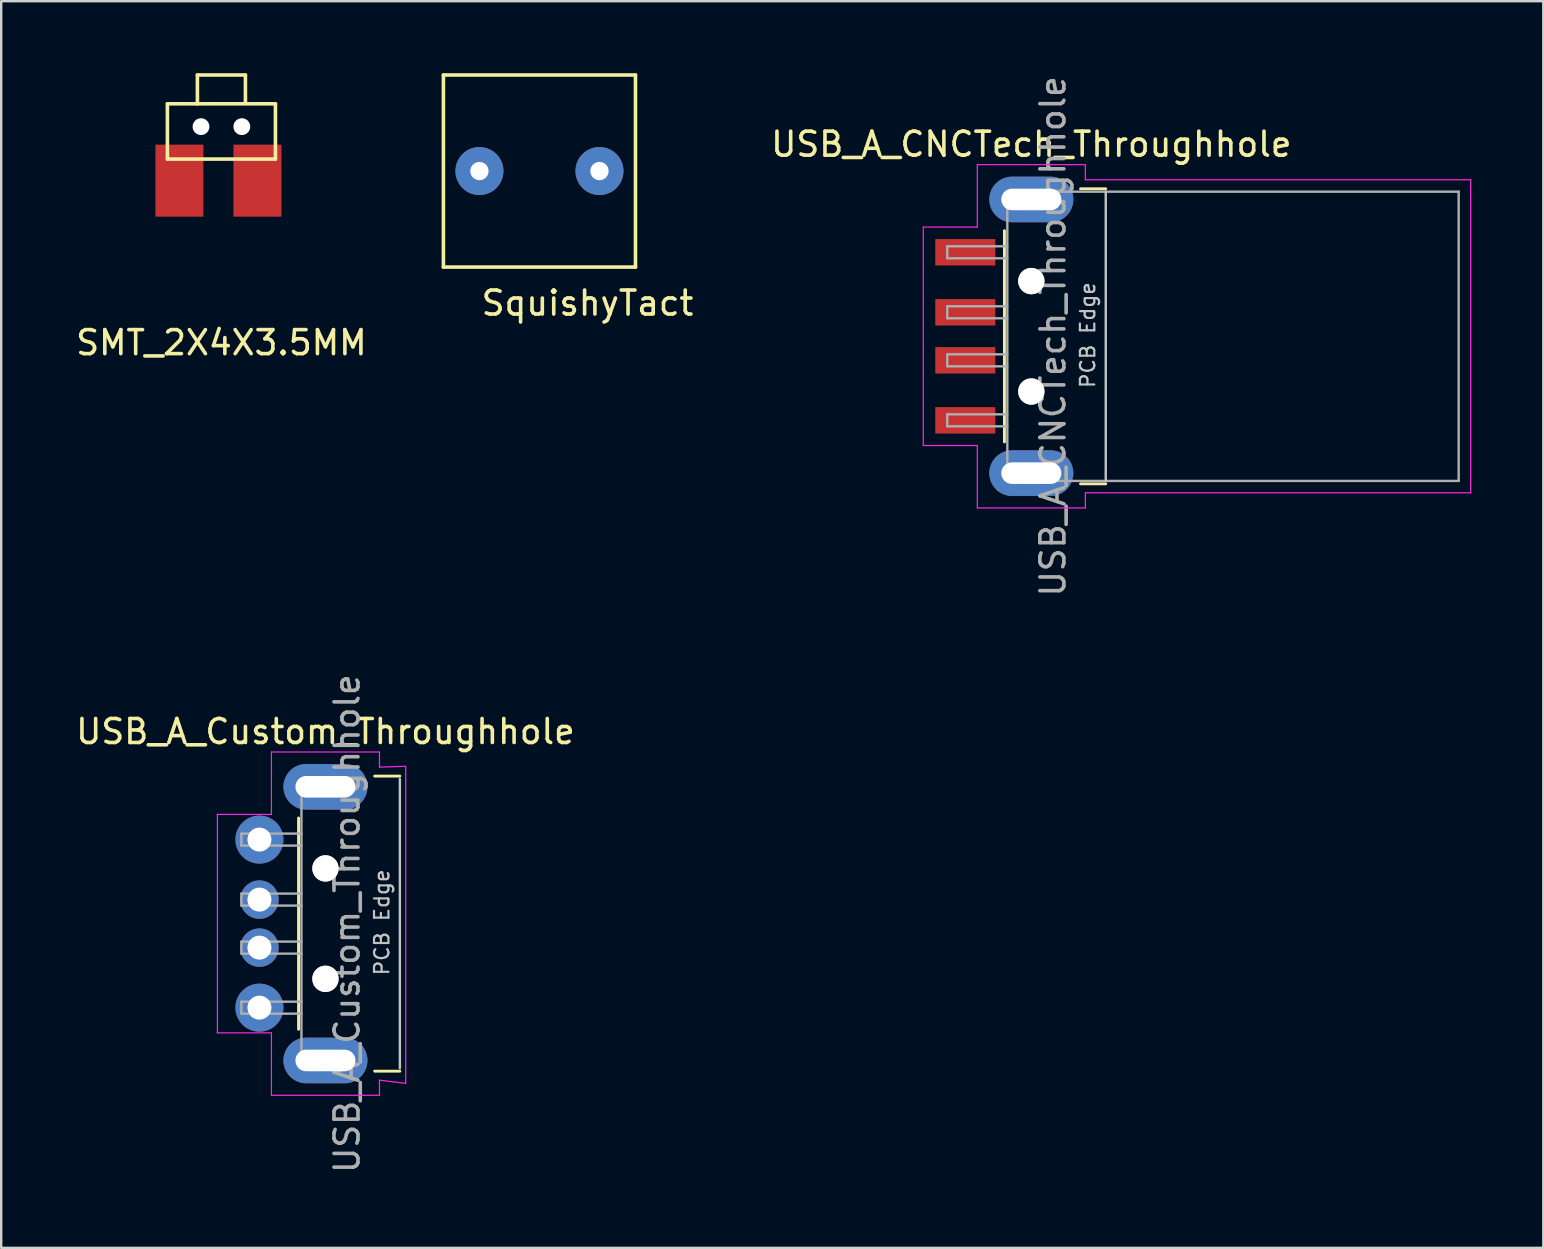
<source format=kicad_pcb>
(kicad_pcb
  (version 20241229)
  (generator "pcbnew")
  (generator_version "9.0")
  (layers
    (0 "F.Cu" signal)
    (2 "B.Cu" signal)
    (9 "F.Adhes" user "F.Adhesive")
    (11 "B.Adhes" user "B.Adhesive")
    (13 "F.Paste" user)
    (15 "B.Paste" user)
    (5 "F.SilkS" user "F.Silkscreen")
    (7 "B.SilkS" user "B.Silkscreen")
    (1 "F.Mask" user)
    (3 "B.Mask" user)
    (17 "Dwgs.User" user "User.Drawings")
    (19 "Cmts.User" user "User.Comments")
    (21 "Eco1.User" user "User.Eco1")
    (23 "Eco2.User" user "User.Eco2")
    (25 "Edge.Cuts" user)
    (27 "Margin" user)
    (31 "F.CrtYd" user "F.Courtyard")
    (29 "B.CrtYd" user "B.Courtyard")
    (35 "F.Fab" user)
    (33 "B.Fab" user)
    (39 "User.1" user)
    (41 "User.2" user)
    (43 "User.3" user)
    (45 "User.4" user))
  (footprint "USB_A_Custom_Throughhole"
    (layer "F.Cu")
    (at 7.754 31.917)
    (property "Reference" "USB_A_Custom_Throughhole" (at 2.752 -4.495 0) (layer "F.SilkS") (effects (font (size 1 1) (thickness 0.15))))
    (attr smd)
    (fp_line (start 1.632 -0.895) (end 1.632 7.905) (stroke (width 0.12) (type solid)) (layer "F.SilkS"))
    (fp_line (start 4.802 -2.64) (end 5.852 -2.64) (stroke (width 0.12) (type solid)) (layer "F.SilkS"))
    (fp_line (start 4.802 9.65) (end 5.852 9.65) (stroke (width 0.12) (type solid)) (layer "F.SilkS"))
    (fp_line (start 5.852 9.53) (end 5.852 -2.52) (stroke (width 0.1) (type solid)) (layer "Dwgs.User"))
    (fp_line (start -1.748 -1.045) (end 0.502 -1.045) (stroke (width 0.05) (type solid)) (layer "F.CrtYd"))
    (fp_line (start -1.748 8.055) (end -1.748 -1.045) (stroke (width 0.05) (type solid)) (layer "F.CrtYd"))
    (fp_line (start -1.748 8.055) (end 0.502 8.055) (stroke (width 0.05) (type solid)) (layer "F.CrtYd"))
    (fp_line (start 0.502 -3.645) (end 0.502 -1.045) (stroke (width 0.05) (type solid)) (layer "F.CrtYd"))
    (fp_line (start 0.502 -3.645) (end 5.002 -3.645) (stroke (width 0.05) (type solid)) (layer "F.CrtYd"))
    (fp_line (start 0.502 8.055) (end 0.502 10.655) (stroke (width 0.05) (type solid)) (layer "F.CrtYd"))
    (fp_line (start 0.502 10.655) (end 5.002 10.655) (stroke (width 0.05) (type solid)) (layer "F.CrtYd"))
    (fp_line (start 5.002 -3.015) (end 5.002 -3.645) (stroke (width 0.05) (type solid)) (layer "F.CrtYd"))
    (fp_line (start 5.002 -3.015) (end 6.096 -3.048) (stroke (width 0.05) (type solid)) (layer "F.CrtYd"))
    (fp_line (start 5.002 10.025) (end 6.096 10.16) (stroke (width 0.05) (type solid)) (layer "F.CrtYd"))
    (fp_line (start 5.002 10.655) (end 5.002 10.025) (stroke (width 0.05) (type solid)) (layer "F.CrtYd"))
    (fp_line (start 6.096 10.16) (end 6.096 -3.015) (stroke (width 0.05) (type solid)) (layer "F.CrtYd"))
    (fp_line (start -0.748 -0.245) (end 1.752 -0.245) (stroke (width 0.1) (type solid)) (layer "F.Fab"))
    (fp_line (start -0.748 0.255) (end -0.748 -0.245) (stroke (width 0.1) (type solid)) (layer "F.Fab"))
    (fp_line (start -0.748 0.255) (end 1.752 0.255) (stroke (width 0.1) (type solid)) (layer "F.Fab"))
    (fp_line (start -0.748 2.255) (end 1.752 2.255) (stroke (width 0.1) (type solid)) (layer "F.Fab"))
    (fp_line (start -0.748 2.755) (end -0.748 2.255) (stroke (width 0.1) (type solid)) (layer "F.Fab"))
    (fp_line (start -0.748 2.755) (end 1.752 2.755) (stroke (width 0.1) (type solid)) (layer "F.Fab"))
    (fp_line (start -0.748 4.255) (end 1.752 4.255) (stroke (width 0.1) (type solid)) (layer "F.Fab"))
    (fp_line (start -0.748 4.755) (end -0.748 4.255) (stroke (width 0.1) (type solid)) (layer "F.Fab"))
    (fp_line (start -0.748 4.755) (end 1.752 4.755) (stroke (width 0.1) (type solid)) (layer "F.Fab"))
    (fp_line (start -0.748 6.755) (end 1.752 6.755) (stroke (width 0.1) (type solid)) (layer "F.Fab"))
    (fp_line (start -0.748 7.255) (end -0.748 6.755) (stroke (width 0.1) (type solid)) (layer "F.Fab"))
    (fp_line (start -0.748 7.255) (end 1.752 7.255) (stroke (width 0.1) (type solid)) (layer "F.Fab"))
    (fp_line (start 1.752 9.53) (end 1.752 -2.52) (stroke (width 0.1) (type solid)) (layer "F.Fab"))
    (fp_circle (center 2.752 1.205) (end 2.752 0.705) (stroke (width 0.1) (type solid)) (fill no) (layer "F.Fab"))
    (fp_circle (center 2.752 5.805) (end 2.752 6.305) (stroke (width 0.1) (type solid)) (fill no) (layer "F.Fab"))
    (fp_text user "PCB Edge" (at 5.102 3.455 90) (layer "Dwgs.User") (effects (font (size 0.6 0.6) (thickness 0.09))))
    (fp_text user "${REFERENCE}" (at 3.652 3.505 90) (layer "F.Fab") (effects (font (size 1 1) (thickness 0.15))))
    (pad "" np_thru_hole circle (at 2.752 1.205) (size 1.1 1.1) (drill 1.1) (layers "*.Cu" "*.Mask"))
    (pad "" np_thru_hole circle (at 2.752 5.805) (size 1.1 1.1) (drill 1.1) (layers "*.Cu" "*.Mask"))
    (pad "1" thru_hole circle (at 0.002 0.005) (size 2 2) (drill 1) (layers "*.Cu" "*.Mask"))
    (pad "2" thru_hole circle (at 0.002 2.505) (size 1.6 1.6) (drill 1) (layers "*.Cu" "*.Mask"))
    (pad "3" thru_hole circle (at 0.002 4.505) (size 1.6 1.6) (drill 1) (layers "*.Cu" "*.Mask"))
    (pad "4" thru_hole circle (at 0.002 7.005) (size 2 2) (drill 1) (layers "*.Cu" "*.Mask"))
    (pad "5" thru_hole oval (at 2.752 -2.195) (size 3.5 1.9) (drill oval 2.5 0.9) (layers "*.Cu" "*.Mask"))
    (pad "5" thru_hole oval (at 2.752 9.205) (size 3.5 1.9) (drill oval 2.5 0.9) (layers "*.Cu" "*.Mask")))
  (footprint "SquishyTact"
    (layer "F.Cu")
    (at 19.42 4.075)
    (property "Reference" "SquishyTact" (at 2 5.5 0) (layer "F.SilkS") (effects (font (size 1 1) (thickness 0.15))))
    (attr through_hole)
    (fp_line (start -4 -4) (end 4 -4) (stroke (width 0.15) (type solid)) (layer "F.SilkS"))
    (fp_line (start -4 4) (end -4 -4) (stroke (width 0.15) (type solid)) (layer "F.SilkS"))
    (fp_line (start 4 -4) (end 4 4) (stroke (width 0.15) (type solid)) (layer "F.SilkS"))
    (fp_line (start 4 4) (end -4 4) (stroke (width 0.15) (type solid)) (layer "F.SilkS"))
    (pad "1" thru_hole circle (at -2.5 0) (size 2 2) (drill 0.762) (layers "*.Cu" "*.Mask"))
    (pad "2" thru_hole circle (at 2.5 0) (size 2 2) (drill 0.762) (layers "*.Cu" "*.Mask")))
  (footprint "SMT_2X4X3.5MM"
    (layer "F.Cu")
    (at 6.173 2.225)
    (property "Reference" "SMT_2X4X3.5MM" (at 0 9 0) (layer "F.SilkS") (effects (font (size 1 1) (thickness 0.15))))
    (attr through_hole)
    (fp_line (start -2.25 -0.95) (end -2.25 1.35) (stroke (width 0.15) (type solid)) (layer "F.SilkS"))
    (fp_line (start -2.25 -0.95) (end 2.25 -0.95) (stroke (width 0.15) (type solid)) (layer "F.SilkS"))
    (fp_line (start -2.25 1.35) (end 2.25 1.35) (stroke (width 0.15) (type solid)) (layer "F.SilkS"))
    (fp_line (start -1 -2.15) (end -1 -0.95) (stroke (width 0.15) (type solid)) (layer "F.SilkS"))
    (fp_line (start -1 -2.15) (end 1 -2.15) (stroke (width 0.15) (type solid)) (layer "F.SilkS"))
    (fp_line (start 1 -2.15) (end 1 -1) (stroke (width 0.15) (type solid)) (layer "F.SilkS"))
    (fp_line (start 2.25 -0.95) (end 2.25 1.35) (stroke (width 0.15) (type solid)) (layer "F.SilkS"))
    (pad "" np_thru_hole circle (at -0.85 0) (size 0.7 0.7) (drill 0.7) (layers "*.Cu" "*.Mask"))
    (pad "" np_thru_hole circle (at 0.85 0) (size 0.7 0.7) (drill 0.7) (layers "*.Cu" "*.Mask"))
    (pad "1" smd rect (at -1.75 2.25) (size 2 3) (layers "F.Cu" "F.Mask" "F.Paste"))
    (pad "2" smd rect (at 1.5 2.25) (size 2 3) (layers "F.Cu" "F.Mask" "F.Paste")))
  (footprint "USB_A_CNCTech_Throughhole"
    (layer "F.Cu")
    (at 46.808 10.958)
    (property "Reference" "USB_A_CNCTech_Throughhole" (at -6.9 -8 0) (layer "F.SilkS") (effects (font (size 1 1) (thickness 0.15))))
    (attr smd)
    (fp_line (start -8.02 -4.4) (end -8.02 4.4) (stroke (width 0.12) (type solid)) (layer "F.SilkS"))
    (fp_line (start -4.85 -6.145) (end -3.8 -6.145) (stroke (width 0.12) (type solid)) (layer "F.SilkS"))
    (fp_line (start -4.85 6.145) (end -3.8 6.145) (stroke (width 0.12) (type solid)) (layer "F.SilkS"))
    (fp_line (start -3.8 6.025) (end -3.8 -6.025) (stroke (width 0.1) (type solid)) (layer "Dwgs.User"))
    (fp_line (start -11.4 -4.55) (end -9.15 -4.55) (stroke (width 0.05) (type solid)) (layer "F.CrtYd"))
    (fp_line (start -11.4 4.55) (end -11.4 -4.55) (stroke (width 0.05) (type solid)) (layer "F.CrtYd"))
    (fp_line (start -11.4 4.55) (end -9.15 4.55) (stroke (width 0.05) (type solid)) (layer "F.CrtYd"))
    (fp_line (start -9.15 -7.15) (end -9.15 -4.55) (stroke (width 0.05) (type solid)) (layer "F.CrtYd"))
    (fp_line (start -9.15 -7.15) (end -4.65 -7.15) (stroke (width 0.05) (type solid)) (layer "F.CrtYd"))
    (fp_line (start -9.15 4.55) (end -9.15 7.15) (stroke (width 0.05) (type solid)) (layer "F.CrtYd"))
    (fp_line (start -9.15 7.15) (end -4.65 7.15) (stroke (width 0.05) (type solid)) (layer "F.CrtYd"))
    (fp_line (start -4.65 -6.52) (end -4.65 -7.15) (stroke (width 0.05) (type solid)) (layer "F.CrtYd"))
    (fp_line (start -4.65 -6.52) (end 11.4 -6.52) (stroke (width 0.05) (type solid)) (layer "F.CrtYd"))
    (fp_line (start -4.65 6.52) (end 11.4 6.52) (stroke (width 0.05) (type solid)) (layer "F.CrtYd"))
    (fp_line (start -4.65 7.15) (end -4.65 6.52) (stroke (width 0.05) (type solid)) (layer "F.CrtYd"))
    (fp_line (start 11.4 6.52) (end 11.4 -6.52) (stroke (width 0.05) (type solid)) (layer "F.CrtYd"))
    (fp_line (start -10.4 -3.75) (end -7.9 -3.75) (stroke (width 0.1) (type solid)) (layer "F.Fab"))
    (fp_line (start -10.4 -3.25) (end -10.4 -3.75) (stroke (width 0.1) (type solid)) (layer "F.Fab"))
    (fp_line (start -10.4 -3.25) (end -7.9 -3.25) (stroke (width 0.1) (type solid)) (layer "F.Fab"))
    (fp_line (start -10.4 -1.25) (end -7.9 -1.25) (stroke (width 0.1) (type solid)) (layer "F.Fab"))
    (fp_line (start -10.4 -0.75) (end -10.4 -1.25) (stroke (width 0.1) (type solid)) (layer "F.Fab"))
    (fp_line (start -10.4 -0.75) (end -7.9 -0.75) (stroke (width 0.1) (type solid)) (layer "F.Fab"))
    (fp_line (start -10.4 0.75) (end -7.9 0.75) (stroke (width 0.1) (type solid)) (layer "F.Fab"))
    (fp_line (start -10.4 1.25) (end -10.4 0.75) (stroke (width 0.1) (type solid)) (layer "F.Fab"))
    (fp_line (start -10.4 1.25) (end -7.9 1.25) (stroke (width 0.1) (type solid)) (layer "F.Fab"))
    (fp_line (start -10.4 3.25) (end -7.9 3.25) (stroke (width 0.1) (type solid)) (layer "F.Fab"))
    (fp_line (start -10.4 3.75) (end -10.4 3.25) (stroke (width 0.1) (type solid)) (layer "F.Fab"))
    (fp_line (start -10.4 3.75) (end -7.9 3.75) (stroke (width 0.1) (type solid)) (layer "F.Fab"))
    (fp_line (start -7.9 -6.025) (end 10.9 -6.025) (stroke (width 0.1) (type solid)) (layer "F.Fab"))
    (fp_line (start -7.9 6.025) (end -7.9 -6.025) (stroke (width 0.1) (type solid)) (layer "F.Fab"))
    (fp_line (start -7.9 6.025) (end 10.9 6.025) (stroke (width 0.1) (type solid)) (layer "F.Fab"))
    (fp_line (start 10.9 6.025) (end 10.9 -6.025) (stroke (width 0.1) (type solid)) (layer "F.Fab"))
    (fp_circle (center -6.9 -2.3) (end -6.9 -2.8) (stroke (width 0.1) (type solid)) (fill no) (layer "F.Fab"))
    (fp_circle (center -6.9 2.3) (end -6.9 2.8) (stroke (width 0.1) (type solid)) (fill no) (layer "F.Fab"))
    (fp_text user "PCB Edge" (at -4.55 -0.05 90) (layer "Dwgs.User") (effects (font (size 0.6 0.6) (thickness 0.09))))
    (fp_text user "${REFERENCE}" (at -6 0 90) (layer "F.Fab") (effects (font (size 1 1) (thickness 0.15))))
    (pad "" np_thru_hole circle (at -6.9 -2.3) (size 1.1 1.1) (drill 1.1) (layers "*.Cu" "*.Mask"))
    (pad "" np_thru_hole circle (at -6.9 2.3) (size 1.1 1.1) (drill 1.1) (layers "*.Cu" "*.Mask"))
    (pad "1" smd rect (at -9.65 -3.5) (size 2.5 1.1) (layers "F.Cu" "F.Mask" "F.Paste"))
    (pad "2" smd rect (at -9.65 -1) (size 2.5 1.1) (layers "F.Cu" "F.Mask" "F.Paste"))
    (pad "3" smd rect (at -9.65 1) (size 2.5 1.1) (layers "F.Cu" "F.Mask" "F.Paste"))
    (pad "4" smd rect (at -9.65 3.5) (size 2.5 1.1) (layers "F.Cu" "F.Mask" "F.Paste"))
    (pad "5" thru_hole oval (at -6.9 -5.7) (size 3.5 1.9) (drill oval 2.5 0.9) (layers "*.Cu" "*.Mask"))
    (pad "5" thru_hole oval (at -6.9 5.7) (size 3.5 1.9) (drill oval 2.5 0.9) (layers "*.Cu" "*.Mask")))
  (gr_rect
    (start -3 -3)
    (end 61.233 48.929)
    (stroke (width 0.1) (type default))
    (fill no)
    (layer "Edge.Cuts")))
</source>
